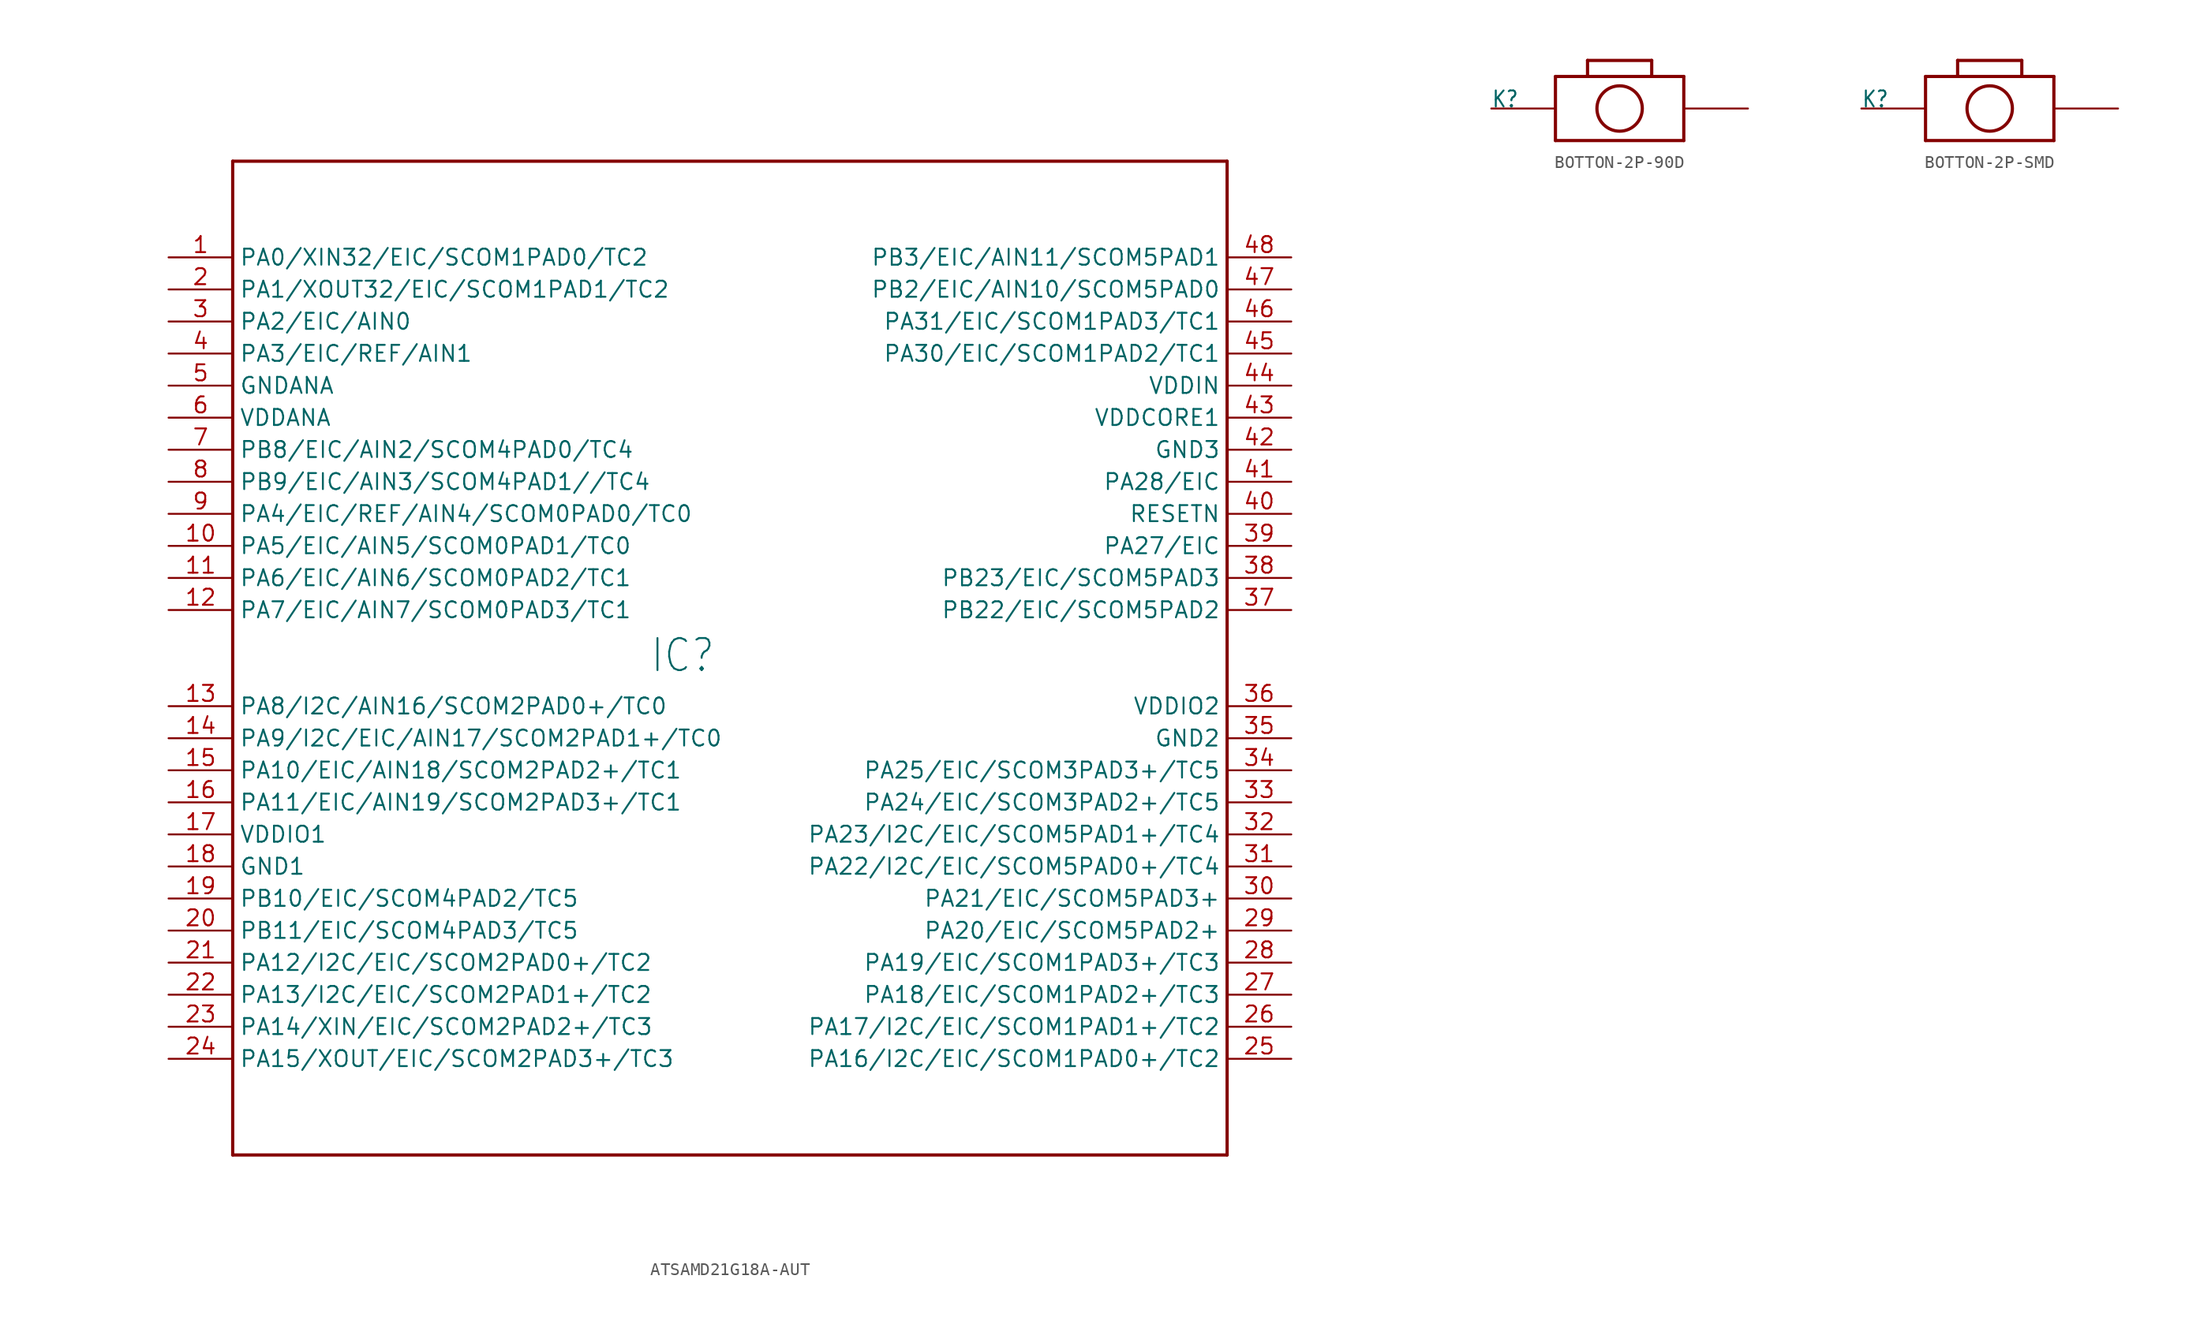
<source format=kicad_sym>
(kicad_symbol_lib
  (version 20220914)
  (generator kicad_symbol_editor)
  (symbol "ATSAMD21G18A-AUT"
    (property "Reference" "IC"
      (at -5.08 0 0)
      (effects (font (size 2.54 2.159)) (justify left bottom)))
    (property "Value" ""
      (at -30.48 40.64 0)
      (effects (font (size 2.54 2.159)) (justify left bottom)))
    (property "ki_locked" ""
      (at 0 0 0)
      (effects (font (size 1.27 1.27))))
    (symbol "ATSAMD21G18A-AUT_1_0"
      (polyline (pts (xy -38.1 -38.1) (xy -38.1 40.64)) (stroke (width 0.254) (type solid)) (fill (type none)))
      (polyline (pts (xy -38.1 40.64) (xy 40.64 40.64)) (stroke (width 0.254) (type solid)) (fill (type none)))
      (polyline (pts (xy 40.64 -38.1) (xy -38.1 -38.1)) (stroke (width 0.254) (type solid)) (fill (type none)))
      (polyline (pts (xy 40.64 40.64) (xy 40.64 -38.1)) (stroke (width 0.254) (type solid)) (fill (type none)))
      (pin bidirectional line (at -43.18 33.02 0) (length 5.08) (name "PA0/XIN32/EIC/SCOM1PAD0/TC2" (effects (font (size 1.27 1.27)))) (number "1" (effects (font (size 1.27 1.27)))))
      (pin bidirectional line (at -43.18 10.16 0) (length 5.08) (name "PA5/EIC/AIN5/SCOM0PAD1/TC0" (effects (font (size 1.27 1.27)))) (number "10" (effects (font (size 1.27 1.27)))))
      (pin bidirectional line (at -43.18 7.62 0) (length 5.08) (name "PA6/EIC/AIN6/SCOM0PAD2/TC1" (effects (font (size 1.27 1.27)))) (number "11" (effects (font (size 1.27 1.27)))))
      (pin bidirectional line (at -43.18 5.08 0) (length 5.08) (name "PA7/EIC/AIN7/SCOM0PAD3/TC1" (effects (font (size 1.27 1.27)))) (number "12" (effects (font (size 1.27 1.27)))))
      (pin bidirectional line (at -43.18 -2.54 0) (length 5.08) (name "PA8/I2C/AIN16/SCOM2PAD0+/TC0" (effects (font (size 1.27 1.27)))) (number "13" (effects (font (size 1.27 1.27)))))
      (pin bidirectional line (at -43.18 -5.08 0) (length 5.08) (name "PA9/I2C/EIC/AIN17/SCOM2PAD1+/TC0" (effects (font (size 1.27 1.27)))) (number "14" (effects (font (size 1.27 1.27)))))
      (pin bidirectional line (at -43.18 -7.62 0) (length 5.08) (name "PA10/EIC/AIN18/SCOM2PAD2+/TC1" (effects (font (size 1.27 1.27)))) (number "15" (effects (font (size 1.27 1.27)))))
      (pin bidirectional line (at -43.18 -10.16 0) (length 5.08) (name "PA11/EIC/AIN19/SCOM2PAD3+/TC1" (effects (font (size 1.27 1.27)))) (number "16" (effects (font (size 1.27 1.27)))))
      (pin power_in line (at -43.18 -12.7 0) (length 5.08) (name "VDDIO1" (effects (font (size 1.27 1.27)))) (number "17" (effects (font (size 1.27 1.27)))))
      (pin power_in line (at -43.18 -15.24 0) (length 5.08) (name "GND1" (effects (font (size 1.27 1.27)))) (number "18" (effects (font (size 1.27 1.27)))))
      (pin bidirectional line (at -43.18 -17.78 0) (length 5.08) (name "PB10/EIC/SCOM4PAD2/TC5" (effects (font (size 1.27 1.27)))) (number "19" (effects (font (size 1.27 1.27)))))
      (pin bidirectional line (at -43.18 30.48 0) (length 5.08) (name "PA1/XOUT32/EIC/SCOM1PAD1/TC2" (effects (font (size 1.27 1.27)))) (number "2" (effects (font (size 1.27 1.27)))))
      (pin bidirectional line (at -43.18 -20.32 0) (length 5.08) (name "PB11/EIC/SCOM4PAD3/TC5" (effects (font (size 1.27 1.27)))) (number "20" (effects (font (size 1.27 1.27)))))
      (pin bidirectional line (at -43.18 -22.86 0) (length 5.08) (name "PA12/I2C/EIC/SCOM2PAD0+/TC2" (effects (font (size 1.27 1.27)))) (number "21" (effects (font (size 1.27 1.27)))))
      (pin bidirectional line (at -43.18 -25.4 0) (length 5.08) (name "PA13/I2C/EIC/SCOM2PAD1+/TC2" (effects (font (size 1.27 1.27)))) (number "22" (effects (font (size 1.27 1.27)))))
      (pin bidirectional line (at -43.18 -27.94 0) (length 5.08) (name "PA14/XIN/EIC/SCOM2PAD2+/TC3" (effects (font (size 1.27 1.27)))) (number "23" (effects (font (size 1.27 1.27)))))
      (pin bidirectional line (at -43.18 -30.48 0) (length 5.08) (name "PA15/XOUT/EIC/SCOM2PAD3+/TC3" (effects (font (size 1.27 1.27)))) (number "24" (effects (font (size 1.27 1.27)))))
      (pin bidirectional line (at 45.72 -30.48 180) (length 5.08) (name "PA16/I2C/EIC/SCOM1PAD0+/TC2" (effects (font (size 1.27 1.27)))) (number "25" (effects (font (size 1.27 1.27)))))
      (pin bidirectional line (at 45.72 -27.94 180) (length 5.08) (name "PA17/I2C/EIC/SCOM1PAD1+/TC2" (effects (font (size 1.27 1.27)))) (number "26" (effects (font (size 1.27 1.27)))))
      (pin bidirectional line (at 45.72 -25.4 180) (length 5.08) (name "PA18/EIC/SCOM1PAD2+/TC3" (effects (font (size 1.27 1.27)))) (number "27" (effects (font (size 1.27 1.27)))))
      (pin bidirectional line (at 45.72 -22.86 180) (length 5.08) (name "PA19/EIC/SCOM1PAD3+/TC3" (effects (font (size 1.27 1.27)))) (number "28" (effects (font (size 1.27 1.27)))))
      (pin bidirectional line (at 45.72 -20.32 180) (length 5.08) (name "PA20/EIC/SCOM5PAD2+" (effects (font (size 1.27 1.27)))) (number "29" (effects (font (size 1.27 1.27)))))
      (pin bidirectional line (at -43.18 27.94 0) (length 5.08) (name "PA2/EIC/AIN0" (effects (font (size 1.27 1.27)))) (number "3" (effects (font (size 1.27 1.27)))))
      (pin bidirectional line (at 45.72 -17.78 180) (length 5.08) (name "PA21/EIC/SCOM5PAD3+" (effects (font (size 1.27 1.27)))) (number "30" (effects (font (size 1.27 1.27)))))
      (pin bidirectional line (at 45.72 -15.24 180) (length 5.08) (name "PA22/I2C/EIC/SCOM5PAD0+/TC4" (effects (font (size 1.27 1.27)))) (number "31" (effects (font (size 1.27 1.27)))))
      (pin bidirectional line (at 45.72 -12.7 180) (length 5.08) (name "PA23/I2C/EIC/SCOM5PAD1+/TC4" (effects (font (size 1.27 1.27)))) (number "32" (effects (font (size 1.27 1.27)))))
      (pin bidirectional line (at 45.72 -10.16 180) (length 5.08) (name "PA24/EIC/SCOM3PAD2+/TC5" (effects (font (size 1.27 1.27)))) (number "33" (effects (font (size 1.27 1.27)))))
      (pin bidirectional line (at 45.72 -7.62 180) (length 5.08) (name "PA25/EIC/SCOM3PAD3+/TC5" (effects (font (size 1.27 1.27)))) (number "34" (effects (font (size 1.27 1.27)))))
      (pin power_in line (at 45.72 -5.08 180) (length 5.08) (name "GND2" (effects (font (size 1.27 1.27)))) (number "35" (effects (font (size 1.27 1.27)))))
      (pin power_in line (at 45.72 -2.54 180) (length 5.08) (name "VDDIO2" (effects (font (size 1.27 1.27)))) (number "36" (effects (font (size 1.27 1.27)))))
      (pin bidirectional line (at 45.72 5.08 180) (length 5.08) (name "PB22/EIC/SCOM5PAD2" (effects (font (size 1.27 1.27)))) (number "37" (effects (font (size 1.27 1.27)))))
      (pin bidirectional line (at 45.72 7.62 180) (length 5.08) (name "PB23/EIC/SCOM5PAD3" (effects (font (size 1.27 1.27)))) (number "38" (effects (font (size 1.27 1.27)))))
      (pin bidirectional line (at 45.72 10.16 180) (length 5.08) (name "PA27/EIC" (effects (font (size 1.27 1.27)))) (number "39" (effects (font (size 1.27 1.27)))))
      (pin bidirectional line (at -43.18 25.4 0) (length 5.08) (name "PA3/EIC/REF/AIN1" (effects (font (size 1.27 1.27)))) (number "4" (effects (font (size 1.27 1.27)))))
      (pin bidirectional line (at 45.72 12.7 180) (length 5.08) (name "RESETN" (effects (font (size 1.27 1.27)))) (number "40" (effects (font (size 1.27 1.27)))))
      (pin bidirectional line (at 45.72 15.24 180) (length 5.08) (name "PA28/EIC" (effects (font (size 1.27 1.27)))) (number "41" (effects (font (size 1.27 1.27)))))
      (pin power_in line (at 45.72 17.78 180) (length 5.08) (name "GND3" (effects (font (size 1.27 1.27)))) (number "42" (effects (font (size 1.27 1.27)))))
      (pin input line (at 45.72 20.32 180) (length 5.08) (name "VDDCORE1" (effects (font (size 1.27 1.27)))) (number "43" (effects (font (size 1.27 1.27)))))
      (pin power_in line (at 45.72 22.86 180) (length 5.08) (name "VDDIN" (effects (font (size 1.27 1.27)))) (number "44" (effects (font (size 1.27 1.27)))))
      (pin bidirectional line (at 45.72 25.4 180) (length 5.08) (name "PA30/EIC/SCOM1PAD2/TC1" (effects (font (size 1.27 1.27)))) (number "45" (effects (font (size 1.27 1.27)))))
      (pin bidirectional line (at 45.72 27.94 180) (length 5.08) (name "PA31/EIC/SCOM1PAD3/TC1" (effects (font (size 1.27 1.27)))) (number "46" (effects (font (size 1.27 1.27)))))
      (pin bidirectional line (at 45.72 30.48 180) (length 5.08) (name "PB2/EIC/AIN10/SCOM5PAD0" (effects (font (size 1.27 1.27)))) (number "47" (effects (font (size 1.27 1.27)))))
      (pin bidirectional line (at 45.72 33.02 180) (length 5.08) (name "PB3/EIC/AIN11/SCOM5PAD1" (effects (font (size 1.27 1.27)))) (number "48" (effects (font (size 1.27 1.27)))))
      (pin power_in line (at -43.18 22.86 0) (length 5.08) (name "GNDANA" (effects (font (size 1.27 1.27)))) (number "5" (effects (font (size 1.27 1.27)))))
      (pin power_in line (at -43.18 20.32 0) (length 5.08) (name "VDDANA" (effects (font (size 1.27 1.27)))) (number "6" (effects (font (size 1.27 1.27)))))
      (pin bidirectional line (at -43.18 17.78 0) (length 5.08) (name "PB8/EIC/AIN2/SCOM4PAD0/TC4" (effects (font (size 1.27 1.27)))) (number "7" (effects (font (size 1.27 1.27)))))
      (pin bidirectional line (at -43.18 15.24 0) (length 5.08) (name "PB9/EIC/AIN3/SCOM4PAD1//TC4" (effects (font (size 1.27 1.27)))) (number "8" (effects (font (size 1.27 1.27)))))
      (pin bidirectional line (at -43.18 12.7 0) (length 5.08) (name "PA4/EIC/REF/AIN4/SCOM0PAD0/TC0" (effects (font (size 1.27 1.27)))) (number "9" (effects (font (size 1.27 1.27)))))))
  (symbol "BOTTON-2P-90D"
    (property "Reference" "K"
      (at -10.16 0 0)
      (effects (font (size 1.27 1.079)) (justify left bottom)))
    (property "Value" ""
      (at 3.81 0 0)
      (effects (font (size 1.27 1.079)) (justify left bottom)))
    (property "ki_locked" ""
      (at 0 0 0)
      (effects (font (size 1.27 1.27))))
    (symbol "BOTTON-2P-90D_1_0"
      (polyline (pts (xy -5.08 -2.54) (xy 5.08 -2.54)) (stroke (width 0.254) (type solid)) (fill (type none)))
      (polyline (pts (xy -5.08 2.54) (xy -5.08 -2.54)) (stroke (width 0.254) (type solid)) (fill (type none)))
      (polyline (pts (xy -2.54 2.54) (xy -5.08 2.54)) (stroke (width 0.254) (type solid)) (fill (type none)))
      (polyline (pts (xy -2.54 2.54) (xy -2.54 3.81)) (stroke (width 0.254) (type solid)) (fill (type none)))
      (polyline (pts (xy -2.54 3.81) (xy 2.54 3.81)) (stroke (width 0.254) (type solid)) (fill (type none)))
      (polyline (pts (xy 2.54 2.54) (xy -2.54 2.54)) (stroke (width 0.254) (type solid)) (fill (type none)))
      (polyline (pts (xy 2.54 3.81) (xy 2.54 2.54)) (stroke (width 0.254) (type solid)) (fill (type none)))
      (polyline (pts (xy 5.08 -2.54) (xy 5.08 2.54)) (stroke (width 0.254) (type solid)) (fill (type none)))
      (polyline (pts (xy 5.08 2.54) (xy 2.54 2.54)) (stroke (width 0.254) (type solid)) (fill (type none)))
      (circle (center 0 0) (radius 1.796) (stroke (width 0.254) (type solid)) (fill (type none)))
      (pin bidirectional line (at -10.16 0 0) (length 5.08) (name "1" (effects (font (size 0 0)))) (number "P$1" (effects (font (size 0 0)))))
      (pin bidirectional line (at 10.16 0 180) (length 5.08) (name "2" (effects (font (size 0 0)))) (number "P$2" (effects (font (size 0 0)))))))
  (symbol "BOTTON-2P-SMD"
    (property "Reference" "K"
      (at -10.16 0 0)
      (effects (font (size 1.27 1.079)) (justify left bottom)))
    (property "Value" ""
      (at 3.81 0 0)
      (effects (font (size 1.27 1.079)) (justify left bottom)))
    (property "ki_locked" ""
      (at 0 0 0)
      (effects (font (size 1.27 1.27))))
    (symbol "BOTTON-2P-SMD_1_0"
      (polyline (pts (xy -5.08 -2.54) (xy 5.08 -2.54)) (stroke (width 0.254) (type solid)) (fill (type none)))
      (polyline (pts (xy -5.08 2.54) (xy -5.08 -2.54)) (stroke (width 0.254) (type solid)) (fill (type none)))
      (polyline (pts (xy -2.54 2.54) (xy -5.08 2.54)) (stroke (width 0.254) (type solid)) (fill (type none)))
      (polyline (pts (xy -2.54 2.54) (xy -2.54 3.81)) (stroke (width 0.254) (type solid)) (fill (type none)))
      (polyline (pts (xy -2.54 3.81) (xy 2.54 3.81)) (stroke (width 0.254) (type solid)) (fill (type none)))
      (polyline (pts (xy 2.54 2.54) (xy -2.54 2.54)) (stroke (width 0.254) (type solid)) (fill (type none)))
      (polyline (pts (xy 2.54 3.81) (xy 2.54 2.54)) (stroke (width 0.254) (type solid)) (fill (type none)))
      (polyline (pts (xy 5.08 -2.54) (xy 5.08 2.54)) (stroke (width 0.254) (type solid)) (fill (type none)))
      (polyline (pts (xy 5.08 2.54) (xy 2.54 2.54)) (stroke (width 0.254) (type solid)) (fill (type none)))
      (circle (center 0 0) (radius 1.796) (stroke (width 0.254) (type solid)) (fill (type none)))
      (pin bidirectional line (at -10.16 0 0) (length 5.08) (name "1" (effects (font (size 0 0)))) (number "1" (effects (font (size 0 0)))))
      (pin bidirectional line (at 10.16 0 180) (length 5.08) (name "2" (effects (font (size 0 0)))) (number "P$2" (effects (font (size 0 0))))))))
</source>
